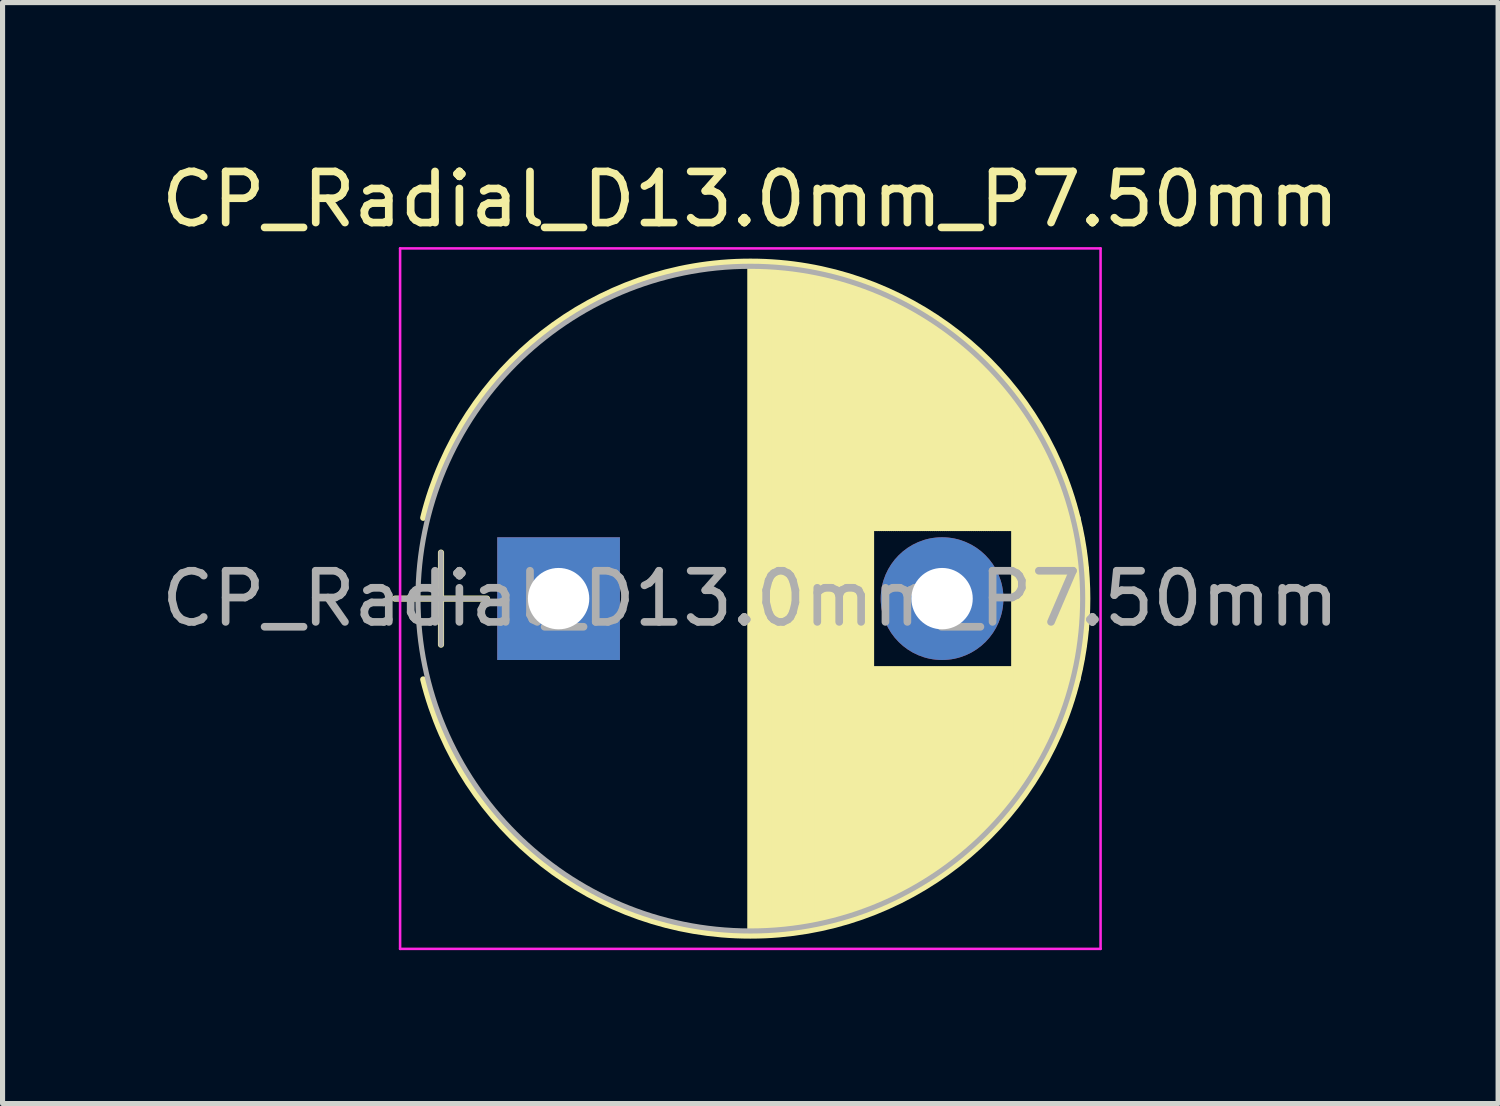
<source format=kicad_pcb>
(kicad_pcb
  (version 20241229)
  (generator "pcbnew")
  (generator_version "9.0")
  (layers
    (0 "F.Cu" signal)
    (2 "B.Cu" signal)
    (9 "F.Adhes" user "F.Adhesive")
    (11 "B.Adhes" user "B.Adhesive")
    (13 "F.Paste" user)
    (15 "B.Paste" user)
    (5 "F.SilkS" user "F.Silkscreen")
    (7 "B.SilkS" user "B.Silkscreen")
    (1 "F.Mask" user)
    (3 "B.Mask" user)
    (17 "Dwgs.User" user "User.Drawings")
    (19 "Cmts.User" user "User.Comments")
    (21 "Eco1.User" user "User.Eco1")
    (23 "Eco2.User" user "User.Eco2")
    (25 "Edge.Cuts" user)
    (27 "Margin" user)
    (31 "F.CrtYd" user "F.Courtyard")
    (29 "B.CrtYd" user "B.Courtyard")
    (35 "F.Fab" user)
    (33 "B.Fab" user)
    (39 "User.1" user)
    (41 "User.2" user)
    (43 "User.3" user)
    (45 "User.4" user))
  (footprint "CP_Radial_D13.0mm_P7.50mm"
    (layer "F.Cu")
    (at 7.875 8.658)
    (property "Reference" "CP_Radial_D13.0mm_P7.50mm" (at 3.75 -7.81 0) (layer "F.SilkS") (effects (font (size 1 1) (thickness 0.15))))
    (attr through_hole)
    (fp_line (start -3.2 0) (end -1.4 0) (stroke (width 0.12) (type solid)) (layer "F.SilkS"))
    (fp_line (start -2.3 -0.9) (end -2.3 0.9) (stroke (width 0.12) (type solid)) (layer "F.SilkS"))
    (fp_line (start 3.75 -6.55) (end 3.75 6.55) (stroke (width 0.12) (type solid)) (layer "F.SilkS"))
    (fp_line (start 3.79 -6.55) (end 3.79 6.55) (stroke (width 0.12) (type solid)) (layer "F.SilkS"))
    (fp_line (start 3.83 -6.55) (end 3.83 6.55) (stroke (width 0.12) (type solid)) (layer "F.SilkS"))
    (fp_line (start 3.87 -6.549) (end 3.87 6.549) (stroke (width 0.12) (type solid)) (layer "F.SilkS"))
    (fp_line (start 3.91 -6.549) (end 3.91 6.549) (stroke (width 0.12) (type solid)) (layer "F.SilkS"))
    (fp_line (start 3.95 -6.547) (end 3.95 6.547) (stroke (width 0.12) (type solid)) (layer "F.SilkS"))
    (fp_line (start 3.99 -6.546) (end 3.99 6.546) (stroke (width 0.12) (type solid)) (layer "F.SilkS"))
    (fp_line (start 4.03 -6.545) (end 4.03 6.545) (stroke (width 0.12) (type solid)) (layer "F.SilkS"))
    (fp_line (start 4.07 -6.543) (end 4.07 6.543) (stroke (width 0.12) (type solid)) (layer "F.SilkS"))
    (fp_line (start 4.11 -6.541) (end 4.11 6.541) (stroke (width 0.12) (type solid)) (layer "F.SilkS"))
    (fp_line (start 4.15 -6.538) (end 4.15 6.538) (stroke (width 0.12) (type solid)) (layer "F.SilkS"))
    (fp_line (start 4.19 -6.536) (end 4.19 6.536) (stroke (width 0.12) (type solid)) (layer "F.SilkS"))
    (fp_line (start 4.23 -6.533) (end 4.23 6.533) (stroke (width 0.12) (type solid)) (layer "F.SilkS"))
    (fp_line (start 4.27 -6.53) (end 4.27 6.53) (stroke (width 0.12) (type solid)) (layer "F.SilkS"))
    (fp_line (start 4.31 -6.527) (end 4.31 6.527) (stroke (width 0.12) (type solid)) (layer "F.SilkS"))
    (fp_line (start 4.35 -6.523) (end 4.35 6.523) (stroke (width 0.12) (type solid)) (layer "F.SilkS"))
    (fp_line (start 4.39 -6.519) (end 4.39 6.519) (stroke (width 0.12) (type solid)) (layer "F.SilkS"))
    (fp_line (start 4.43 -6.515) (end 4.43 6.515) (stroke (width 0.12) (type solid)) (layer "F.SilkS"))
    (fp_line (start 4.471 -6.511) (end 4.471 6.511) (stroke (width 0.12) (type solid)) (layer "F.SilkS"))
    (fp_line (start 4.511 -6.507) (end 4.511 6.507) (stroke (width 0.12) (type solid)) (layer "F.SilkS"))
    (fp_line (start 4.551 -6.502) (end 4.551 6.502) (stroke (width 0.12) (type solid)) (layer "F.SilkS"))
    (fp_line (start 4.591 -6.497) (end 4.591 6.497) (stroke (width 0.12) (type solid)) (layer "F.SilkS"))
    (fp_line (start 4.631 -6.491) (end 4.631 6.491) (stroke (width 0.12) (type solid)) (layer "F.SilkS"))
    (fp_line (start 4.671 -6.486) (end 4.671 6.486) (stroke (width 0.12) (type solid)) (layer "F.SilkS"))
    (fp_line (start 4.711 -6.48) (end 4.711 6.48) (stroke (width 0.12) (type solid)) (layer "F.SilkS"))
    (fp_line (start 4.751 -6.474) (end 4.751 6.474) (stroke (width 0.12) (type solid)) (layer "F.SilkS"))
    (fp_line (start 4.791 -6.468) (end 4.791 6.468) (stroke (width 0.12) (type solid)) (layer "F.SilkS"))
    (fp_line (start 4.831 -6.461) (end 4.831 6.461) (stroke (width 0.12) (type solid)) (layer "F.SilkS"))
    (fp_line (start 4.871 -6.455) (end 4.871 6.455) (stroke (width 0.12) (type solid)) (layer "F.SilkS"))
    (fp_line (start 4.911 -6.448) (end 4.911 6.448) (stroke (width 0.12) (type solid)) (layer "F.SilkS"))
    (fp_line (start 4.951 -6.44) (end 4.951 6.44) (stroke (width 0.12) (type solid)) (layer "F.SilkS"))
    (fp_line (start 4.991 -6.433) (end 4.991 6.433) (stroke (width 0.12) (type solid)) (layer "F.SilkS"))
    (fp_line (start 5.031 -6.425) (end 5.031 6.425) (stroke (width 0.12) (type solid)) (layer "F.SilkS"))
    (fp_line (start 5.071 -6.417) (end 5.071 6.417) (stroke (width 0.12) (type solid)) (layer "F.SilkS"))
    (fp_line (start 5.111 -6.409) (end 5.111 6.409) (stroke (width 0.12) (type solid)) (layer "F.SilkS"))
    (fp_line (start 5.151 -6.4) (end 5.151 6.4) (stroke (width 0.12) (type solid)) (layer "F.SilkS"))
    (fp_line (start 5.191 -6.391) (end 5.191 6.391) (stroke (width 0.12) (type solid)) (layer "F.SilkS"))
    (fp_line (start 5.231 -6.382) (end 5.231 6.382) (stroke (width 0.12) (type solid)) (layer "F.SilkS"))
    (fp_line (start 5.271 -6.373) (end 5.271 6.373) (stroke (width 0.12) (type solid)) (layer "F.SilkS"))
    (fp_line (start 5.311 -6.363) (end 5.311 6.363) (stroke (width 0.12) (type solid)) (layer "F.SilkS"))
    (fp_line (start 5.351 -6.353) (end 5.351 6.353) (stroke (width 0.12) (type solid)) (layer "F.SilkS"))
    (fp_line (start 5.391 -6.343) (end 5.391 6.343) (stroke (width 0.12) (type solid)) (layer "F.SilkS"))
    (fp_line (start 5.431 -6.333) (end 5.431 6.333) (stroke (width 0.12) (type solid)) (layer "F.SilkS"))
    (fp_line (start 5.471 -6.322) (end 5.471 6.322) (stroke (width 0.12) (type solid)) (layer "F.SilkS"))
    (fp_line (start 5.511 -6.311) (end 5.511 6.311) (stroke (width 0.12) (type solid)) (layer "F.SilkS"))
    (fp_line (start 5.551 -6.3) (end 5.551 6.3) (stroke (width 0.12) (type solid)) (layer "F.SilkS"))
    (fp_line (start 5.591 -6.288) (end 5.591 6.288) (stroke (width 0.12) (type solid)) (layer "F.SilkS"))
    (fp_line (start 5.631 -6.277) (end 5.631 6.277) (stroke (width 0.12) (type solid)) (layer "F.SilkS"))
    (fp_line (start 5.671 -6.265) (end 5.671 6.265) (stroke (width 0.12) (type solid)) (layer "F.SilkS"))
    (fp_line (start 5.711 -6.252) (end 5.711 6.252) (stroke (width 0.12) (type solid)) (layer "F.SilkS"))
    (fp_line (start 5.751 -6.24) (end 5.751 6.24) (stroke (width 0.12) (type solid)) (layer "F.SilkS"))
    (fp_line (start 5.791 -6.227) (end 5.791 6.227) (stroke (width 0.12) (type solid)) (layer "F.SilkS"))
    (fp_line (start 5.831 -6.214) (end 5.831 6.214) (stroke (width 0.12) (type solid)) (layer "F.SilkS"))
    (fp_line (start 5.871 -6.2) (end 5.871 6.2) (stroke (width 0.12) (type solid)) (layer "F.SilkS"))
    (fp_line (start 5.911 -6.186) (end 5.911 6.186) (stroke (width 0.12) (type solid)) (layer "F.SilkS"))
    (fp_line (start 5.951 -6.172) (end 5.951 6.172) (stroke (width 0.12) (type solid)) (layer "F.SilkS"))
    (fp_line (start 5.991 -6.158) (end 5.991 6.158) (stroke (width 0.12) (type solid)) (layer "F.SilkS"))
    (fp_line (start 6.031 -6.144) (end 6.031 6.144) (stroke (width 0.12) (type solid)) (layer "F.SilkS"))
    (fp_line (start 6.071 -6.129) (end 6.071 6.129) (stroke (width 0.12) (type solid)) (layer "F.SilkS"))
    (fp_line (start 6.111 -6.113) (end 6.111 6.113) (stroke (width 0.12) (type solid)) (layer "F.SilkS"))
    (fp_line (start 6.151 -6.098) (end 6.151 -1.38) (stroke (width 0.12) (type solid)) (layer "F.SilkS"))
    (fp_line (start 6.151 1.38) (end 6.151 6.098) (stroke (width 0.12) (type solid)) (layer "F.SilkS"))
    (fp_line (start 6.191 -6.082) (end 6.191 -1.38) (stroke (width 0.12) (type solid)) (layer "F.SilkS"))
    (fp_line (start 6.191 1.38) (end 6.191 6.082) (stroke (width 0.12) (type solid)) (layer "F.SilkS"))
    (fp_line (start 6.231 -6.066) (end 6.231 -1.38) (stroke (width 0.12) (type solid)) (layer "F.SilkS"))
    (fp_line (start 6.231 1.38) (end 6.231 6.066) (stroke (width 0.12) (type solid)) (layer "F.SilkS"))
    (fp_line (start 6.271 -6.05) (end 6.271 -1.38) (stroke (width 0.12) (type solid)) (layer "F.SilkS"))
    (fp_line (start 6.271 1.38) (end 6.271 6.05) (stroke (width 0.12) (type solid)) (layer "F.SilkS"))
    (fp_line (start 6.311 -6.033) (end 6.311 -1.38) (stroke (width 0.12) (type solid)) (layer "F.SilkS"))
    (fp_line (start 6.311 1.38) (end 6.311 6.033) (stroke (width 0.12) (type solid)) (layer "F.SilkS"))
    (fp_line (start 6.351 -6.016) (end 6.351 -1.38) (stroke (width 0.12) (type solid)) (layer "F.SilkS"))
    (fp_line (start 6.351 1.38) (end 6.351 6.016) (stroke (width 0.12) (type solid)) (layer "F.SilkS"))
    (fp_line (start 6.391 -5.999) (end 6.391 -1.38) (stroke (width 0.12) (type solid)) (layer "F.SilkS"))
    (fp_line (start 6.391 1.38) (end 6.391 5.999) (stroke (width 0.12) (type solid)) (layer "F.SilkS"))
    (fp_line (start 6.431 -5.981) (end 6.431 -1.38) (stroke (width 0.12) (type solid)) (layer "F.SilkS"))
    (fp_line (start 6.431 1.38) (end 6.431 5.981) (stroke (width 0.12) (type solid)) (layer "F.SilkS"))
    (fp_line (start 6.471 -5.963) (end 6.471 -1.38) (stroke (width 0.12) (type solid)) (layer "F.SilkS"))
    (fp_line (start 6.471 1.38) (end 6.471 5.963) (stroke (width 0.12) (type solid)) (layer "F.SilkS"))
    (fp_line (start 6.511 -5.945) (end 6.511 -1.38) (stroke (width 0.12) (type solid)) (layer "F.SilkS"))
    (fp_line (start 6.511 1.38) (end 6.511 5.945) (stroke (width 0.12) (type solid)) (layer "F.SilkS"))
    (fp_line (start 6.551 -5.926) (end 6.551 -1.38) (stroke (width 0.12) (type solid)) (layer "F.SilkS"))
    (fp_line (start 6.551 1.38) (end 6.551 5.926) (stroke (width 0.12) (type solid)) (layer "F.SilkS"))
    (fp_line (start 6.591 -5.907) (end 6.591 -1.38) (stroke (width 0.12) (type solid)) (layer "F.SilkS"))
    (fp_line (start 6.591 1.38) (end 6.591 5.907) (stroke (width 0.12) (type solid)) (layer "F.SilkS"))
    (fp_line (start 6.631 -5.888) (end 6.631 -1.38) (stroke (width 0.12) (type solid)) (layer "F.SilkS"))
    (fp_line (start 6.631 1.38) (end 6.631 5.888) (stroke (width 0.12) (type solid)) (layer "F.SilkS"))
    (fp_line (start 6.671 -5.868) (end 6.671 -1.38) (stroke (width 0.12) (type solid)) (layer "F.SilkS"))
    (fp_line (start 6.671 1.38) (end 6.671 5.868) (stroke (width 0.12) (type solid)) (layer "F.SilkS"))
    (fp_line (start 6.711 -5.848) (end 6.711 -1.38) (stroke (width 0.12) (type solid)) (layer "F.SilkS"))
    (fp_line (start 6.711 1.38) (end 6.711 5.848) (stroke (width 0.12) (type solid)) (layer "F.SilkS"))
    (fp_line (start 6.751 -5.828) (end 6.751 -1.38) (stroke (width 0.12) (type solid)) (layer "F.SilkS"))
    (fp_line (start 6.751 1.38) (end 6.751 5.828) (stroke (width 0.12) (type solid)) (layer "F.SilkS"))
    (fp_line (start 6.791 -5.807) (end 6.791 -1.38) (stroke (width 0.12) (type solid)) (layer "F.SilkS"))
    (fp_line (start 6.791 1.38) (end 6.791 5.807) (stroke (width 0.12) (type solid)) (layer "F.SilkS"))
    (fp_line (start 6.831 -5.786) (end 6.831 -1.38) (stroke (width 0.12) (type solid)) (layer "F.SilkS"))
    (fp_line (start 6.831 1.38) (end 6.831 5.786) (stroke (width 0.12) (type solid)) (layer "F.SilkS"))
    (fp_line (start 6.871 -5.765) (end 6.871 -1.38) (stroke (width 0.12) (type solid)) (layer "F.SilkS"))
    (fp_line (start 6.871 1.38) (end 6.871 5.765) (stroke (width 0.12) (type solid)) (layer "F.SilkS"))
    (fp_line (start 6.911 -5.743) (end 6.911 -1.38) (stroke (width 0.12) (type solid)) (layer "F.SilkS"))
    (fp_line (start 6.911 1.38) (end 6.911 5.743) (stroke (width 0.12) (type solid)) (layer "F.SilkS"))
    (fp_line (start 6.951 -5.721) (end 6.951 -1.38) (stroke (width 0.12) (type solid)) (layer "F.SilkS"))
    (fp_line (start 6.951 1.38) (end 6.951 5.721) (stroke (width 0.12) (type solid)) (layer "F.SilkS"))
    (fp_line (start 6.991 -5.699) (end 6.991 -1.38) (stroke (width 0.12) (type solid)) (layer "F.SilkS"))
    (fp_line (start 6.991 1.38) (end 6.991 5.699) (stroke (width 0.12) (type solid)) (layer "F.SilkS"))
    (fp_line (start 7.031 -5.676) (end 7.031 -1.38) (stroke (width 0.12) (type solid)) (layer "F.SilkS"))
    (fp_line (start 7.031 1.38) (end 7.031 5.676) (stroke (width 0.12) (type solid)) (layer "F.SilkS"))
    (fp_line (start 7.071 -5.653) (end 7.071 -1.38) (stroke (width 0.12) (type solid)) (layer "F.SilkS"))
    (fp_line (start 7.071 1.38) (end 7.071 5.653) (stroke (width 0.12) (type solid)) (layer "F.SilkS"))
    (fp_line (start 7.111 -5.63) (end 7.111 -1.38) (stroke (width 0.12) (type solid)) (layer "F.SilkS"))
    (fp_line (start 7.111 1.38) (end 7.111 5.63) (stroke (width 0.12) (type solid)) (layer "F.SilkS"))
    (fp_line (start 7.151 -5.606) (end 7.151 -1.38) (stroke (width 0.12) (type solid)) (layer "F.SilkS"))
    (fp_line (start 7.151 1.38) (end 7.151 5.606) (stroke (width 0.12) (type solid)) (layer "F.SilkS"))
    (fp_line (start 7.191 -5.581) (end 7.191 -1.38) (stroke (width 0.12) (type solid)) (layer "F.SilkS"))
    (fp_line (start 7.191 1.38) (end 7.191 5.581) (stroke (width 0.12) (type solid)) (layer "F.SilkS"))
    (fp_line (start 7.231 -5.557) (end 7.231 -1.38) (stroke (width 0.12) (type solid)) (layer "F.SilkS"))
    (fp_line (start 7.231 1.38) (end 7.231 5.557) (stroke (width 0.12) (type solid)) (layer "F.SilkS"))
    (fp_line (start 7.271 -5.532) (end 7.271 -1.38) (stroke (width 0.12) (type solid)) (layer "F.SilkS"))
    (fp_line (start 7.271 1.38) (end 7.271 5.532) (stroke (width 0.12) (type solid)) (layer "F.SilkS"))
    (fp_line (start 7.311 -5.506) (end 7.311 -1.38) (stroke (width 0.12) (type solid)) (layer "F.SilkS"))
    (fp_line (start 7.311 1.38) (end 7.311 5.506) (stroke (width 0.12) (type solid)) (layer "F.SilkS"))
    (fp_line (start 7.351 -5.48) (end 7.351 -1.38) (stroke (width 0.12) (type solid)) (layer "F.SilkS"))
    (fp_line (start 7.351 1.38) (end 7.351 5.48) (stroke (width 0.12) (type solid)) (layer "F.SilkS"))
    (fp_line (start 7.391 -5.454) (end 7.391 -1.38) (stroke (width 0.12) (type solid)) (layer "F.SilkS"))
    (fp_line (start 7.391 1.38) (end 7.391 5.454) (stroke (width 0.12) (type solid)) (layer "F.SilkS"))
    (fp_line (start 7.431 -5.427) (end 7.431 -1.38) (stroke (width 0.12) (type solid)) (layer "F.SilkS"))
    (fp_line (start 7.431 1.38) (end 7.431 5.427) (stroke (width 0.12) (type solid)) (layer "F.SilkS"))
    (fp_line (start 7.471 -5.4) (end 7.471 -1.38) (stroke (width 0.12) (type solid)) (layer "F.SilkS"))
    (fp_line (start 7.471 1.38) (end 7.471 5.4) (stroke (width 0.12) (type solid)) (layer "F.SilkS"))
    (fp_line (start 7.511 -5.373) (end 7.511 -1.38) (stroke (width 0.12) (type solid)) (layer "F.SilkS"))
    (fp_line (start 7.511 1.38) (end 7.511 5.373) (stroke (width 0.12) (type solid)) (layer "F.SilkS"))
    (fp_line (start 7.551 -5.345) (end 7.551 -1.38) (stroke (width 0.12) (type solid)) (layer "F.SilkS"))
    (fp_line (start 7.551 1.38) (end 7.551 5.345) (stroke (width 0.12) (type solid)) (layer "F.SilkS"))
    (fp_line (start 7.591 -5.316) (end 7.591 -1.38) (stroke (width 0.12) (type solid)) (layer "F.SilkS"))
    (fp_line (start 7.591 1.38) (end 7.591 5.316) (stroke (width 0.12) (type solid)) (layer "F.SilkS"))
    (fp_line (start 7.631 -5.287) (end 7.631 -1.38) (stroke (width 0.12) (type solid)) (layer "F.SilkS"))
    (fp_line (start 7.631 1.38) (end 7.631 5.287) (stroke (width 0.12) (type solid)) (layer "F.SilkS"))
    (fp_line (start 7.671 -5.258) (end 7.671 -1.38) (stroke (width 0.12) (type solid)) (layer "F.SilkS"))
    (fp_line (start 7.671 1.38) (end 7.671 5.258) (stroke (width 0.12) (type solid)) (layer "F.SilkS"))
    (fp_line (start 7.711 -5.228) (end 7.711 -1.38) (stroke (width 0.12) (type solid)) (layer "F.SilkS"))
    (fp_line (start 7.711 1.38) (end 7.711 5.228) (stroke (width 0.12) (type solid)) (layer "F.SilkS"))
    (fp_line (start 7.751 -5.198) (end 7.751 -1.38) (stroke (width 0.12) (type solid)) (layer "F.SilkS"))
    (fp_line (start 7.751 1.38) (end 7.751 5.198) (stroke (width 0.12) (type solid)) (layer "F.SilkS"))
    (fp_line (start 7.791 -5.167) (end 7.791 -1.38) (stroke (width 0.12) (type solid)) (layer "F.SilkS"))
    (fp_line (start 7.791 1.38) (end 7.791 5.167) (stroke (width 0.12) (type solid)) (layer "F.SilkS"))
    (fp_line (start 7.831 -5.136) (end 7.831 -1.38) (stroke (width 0.12) (type solid)) (layer "F.SilkS"))
    (fp_line (start 7.831 1.38) (end 7.831 5.136) (stroke (width 0.12) (type solid)) (layer "F.SilkS"))
    (fp_line (start 7.871 -5.104) (end 7.871 -1.38) (stroke (width 0.12) (type solid)) (layer "F.SilkS"))
    (fp_line (start 7.871 1.38) (end 7.871 5.104) (stroke (width 0.12) (type solid)) (layer "F.SilkS"))
    (fp_line (start 7.911 -5.072) (end 7.911 -1.38) (stroke (width 0.12) (type solid)) (layer "F.SilkS"))
    (fp_line (start 7.911 1.38) (end 7.911 5.072) (stroke (width 0.12) (type solid)) (layer "F.SilkS"))
    (fp_line (start 7.951 -5.039) (end 7.951 -1.38) (stroke (width 0.12) (type solid)) (layer "F.SilkS"))
    (fp_line (start 7.951 1.38) (end 7.951 5.039) (stroke (width 0.12) (type solid)) (layer "F.SilkS"))
    (fp_line (start 7.991 -5.005) (end 7.991 -1.38) (stroke (width 0.12) (type solid)) (layer "F.SilkS"))
    (fp_line (start 7.991 1.38) (end 7.991 5.005) (stroke (width 0.12) (type solid)) (layer "F.SilkS"))
    (fp_line (start 8.031 -4.971) (end 8.031 -1.38) (stroke (width 0.12) (type solid)) (layer "F.SilkS"))
    (fp_line (start 8.031 1.38) (end 8.031 4.971) (stroke (width 0.12) (type solid)) (layer "F.SilkS"))
    (fp_line (start 8.071 -4.937) (end 8.071 -1.38) (stroke (width 0.12) (type solid)) (layer "F.SilkS"))
    (fp_line (start 8.071 1.38) (end 8.071 4.937) (stroke (width 0.12) (type solid)) (layer "F.SilkS"))
    (fp_line (start 8.111 -4.902) (end 8.111 -1.38) (stroke (width 0.12) (type solid)) (layer "F.SilkS"))
    (fp_line (start 8.111 1.38) (end 8.111 4.902) (stroke (width 0.12) (type solid)) (layer "F.SilkS"))
    (fp_line (start 8.151 -4.866) (end 8.151 -1.38) (stroke (width 0.12) (type solid)) (layer "F.SilkS"))
    (fp_line (start 8.151 1.38) (end 8.151 4.866) (stroke (width 0.12) (type solid)) (layer "F.SilkS"))
    (fp_line (start 8.191 -4.83) (end 8.191 -1.38) (stroke (width 0.12) (type solid)) (layer "F.SilkS"))
    (fp_line (start 8.191 1.38) (end 8.191 4.83) (stroke (width 0.12) (type solid)) (layer "F.SilkS"))
    (fp_line (start 8.231 -4.793) (end 8.231 -1.38) (stroke (width 0.12) (type solid)) (layer "F.SilkS"))
    (fp_line (start 8.231 1.38) (end 8.231 4.793) (stroke (width 0.12) (type solid)) (layer "F.SilkS"))
    (fp_line (start 8.271 -4.756) (end 8.271 -1.38) (stroke (width 0.12) (type solid)) (layer "F.SilkS"))
    (fp_line (start 8.271 1.38) (end 8.271 4.756) (stroke (width 0.12) (type solid)) (layer "F.SilkS"))
    (fp_line (start 8.311 -4.718) (end 8.311 -1.38) (stroke (width 0.12) (type solid)) (layer "F.SilkS"))
    (fp_line (start 8.311 1.38) (end 8.311 4.718) (stroke (width 0.12) (type solid)) (layer "F.SilkS"))
    (fp_line (start 8.351 -4.679) (end 8.351 -1.38) (stroke (width 0.12) (type solid)) (layer "F.SilkS"))
    (fp_line (start 8.351 1.38) (end 8.351 4.679) (stroke (width 0.12) (type solid)) (layer "F.SilkS"))
    (fp_line (start 8.391 -4.64) (end 8.391 -1.38) (stroke (width 0.12) (type solid)) (layer "F.SilkS"))
    (fp_line (start 8.391 1.38) (end 8.391 4.64) (stroke (width 0.12) (type solid)) (layer "F.SilkS"))
    (fp_line (start 8.431 -4.6) (end 8.431 -1.38) (stroke (width 0.12) (type solid)) (layer "F.SilkS"))
    (fp_line (start 8.431 1.38) (end 8.431 4.6) (stroke (width 0.12) (type solid)) (layer "F.SilkS"))
    (fp_line (start 8.471 -4.559) (end 8.471 -1.38) (stroke (width 0.12) (type solid)) (layer "F.SilkS"))
    (fp_line (start 8.471 1.38) (end 8.471 4.559) (stroke (width 0.12) (type solid)) (layer "F.SilkS"))
    (fp_line (start 8.511 -4.518) (end 8.511 -1.38) (stroke (width 0.12) (type solid)) (layer "F.SilkS"))
    (fp_line (start 8.511 1.38) (end 8.511 4.518) (stroke (width 0.12) (type solid)) (layer "F.SilkS"))
    (fp_line (start 8.551 -4.476) (end 8.551 -1.38) (stroke (width 0.12) (type solid)) (layer "F.SilkS"))
    (fp_line (start 8.551 1.38) (end 8.551 4.476) (stroke (width 0.12) (type solid)) (layer "F.SilkS"))
    (fp_line (start 8.591 -4.433) (end 8.591 -1.38) (stroke (width 0.12) (type solid)) (layer "F.SilkS"))
    (fp_line (start 8.591 1.38) (end 8.591 4.433) (stroke (width 0.12) (type solid)) (layer "F.SilkS"))
    (fp_line (start 8.631 -4.389) (end 8.631 -1.38) (stroke (width 0.12) (type solid)) (layer "F.SilkS"))
    (fp_line (start 8.631 1.38) (end 8.631 4.389) (stroke (width 0.12) (type solid)) (layer "F.SilkS"))
    (fp_line (start 8.671 -4.345) (end 8.671 -1.38) (stroke (width 0.12) (type solid)) (layer "F.SilkS"))
    (fp_line (start 8.671 1.38) (end 8.671 4.345) (stroke (width 0.12) (type solid)) (layer "F.SilkS"))
    (fp_line (start 8.711 -4.299) (end 8.711 -1.38) (stroke (width 0.12) (type solid)) (layer "F.SilkS"))
    (fp_line (start 8.711 1.38) (end 8.711 4.299) (stroke (width 0.12) (type solid)) (layer "F.SilkS"))
    (fp_line (start 8.751 -4.253) (end 8.751 -1.38) (stroke (width 0.12) (type solid)) (layer "F.SilkS"))
    (fp_line (start 8.751 1.38) (end 8.751 4.253) (stroke (width 0.12) (type solid)) (layer "F.SilkS"))
    (fp_line (start 8.791 -4.206) (end 8.791 -1.38) (stroke (width 0.12) (type solid)) (layer "F.SilkS"))
    (fp_line (start 8.791 1.38) (end 8.791 4.206) (stroke (width 0.12) (type solid)) (layer "F.SilkS"))
    (fp_line (start 8.831 -4.158) (end 8.831 -1.38) (stroke (width 0.12) (type solid)) (layer "F.SilkS"))
    (fp_line (start 8.831 1.38) (end 8.831 4.158) (stroke (width 0.12) (type solid)) (layer "F.SilkS"))
    (fp_line (start 8.871 -4.109) (end 8.871 -1.38) (stroke (width 0.12) (type solid)) (layer "F.SilkS"))
    (fp_line (start 8.871 1.38) (end 8.871 4.109) (stroke (width 0.12) (type solid)) (layer "F.SilkS"))
    (fp_line (start 8.911 -4.06) (end 8.911 4.06) (stroke (width 0.12) (type solid)) (layer "F.SilkS"))
    (fp_line (start 8.951 -4.009) (end 8.951 4.009) (stroke (width 0.12) (type solid)) (layer "F.SilkS"))
    (fp_line (start 8.991 -3.957) (end 8.991 3.957) (stroke (width 0.12) (type solid)) (layer "F.SilkS"))
    (fp_line (start 9.031 -3.904) (end 9.031 3.904) (stroke (width 0.12) (type solid)) (layer "F.SilkS"))
    (fp_line (start 9.071 -3.85) (end 9.071 3.85) (stroke (width 0.12) (type solid)) (layer "F.SilkS"))
    (fp_line (start 9.111 -3.794) (end 9.111 3.794) (stroke (width 0.12) (type solid)) (layer "F.SilkS"))
    (fp_line (start 9.151 -3.738) (end 9.151 3.738) (stroke (width 0.12) (type solid)) (layer "F.SilkS"))
    (fp_line (start 9.191 -3.68) (end 9.191 3.68) (stroke (width 0.12) (type solid)) (layer "F.SilkS"))
    (fp_line (start 9.231 -3.621) (end 9.231 3.621) (stroke (width 0.12) (type solid)) (layer "F.SilkS"))
    (fp_line (start 9.271 -3.56) (end 9.271 3.56) (stroke (width 0.12) (type solid)) (layer "F.SilkS"))
    (fp_line (start 9.311 -3.498) (end 9.311 3.498) (stroke (width 0.12) (type solid)) (layer "F.SilkS"))
    (fp_line (start 9.351 -3.434) (end 9.351 3.434) (stroke (width 0.12) (type solid)) (layer "F.SilkS"))
    (fp_line (start 9.391 -3.369) (end 9.391 3.369) (stroke (width 0.12) (type solid)) (layer "F.SilkS"))
    (fp_line (start 9.431 -3.302) (end 9.431 3.302) (stroke (width 0.12) (type solid)) (layer "F.SilkS"))
    (fp_line (start 9.471 -3.233) (end 9.471 3.233) (stroke (width 0.12) (type solid)) (layer "F.SilkS"))
    (fp_line (start 9.511 -3.162) (end 9.511 3.162) (stroke (width 0.12) (type solid)) (layer "F.SilkS"))
    (fp_line (start 9.551 -3.089) (end 9.551 3.089) (stroke (width 0.12) (type solid)) (layer "F.SilkS"))
    (fp_line (start 9.591 -3.014) (end 9.591 3.014) (stroke (width 0.12) (type solid)) (layer "F.SilkS"))
    (fp_line (start 9.631 -2.936) (end 9.631 2.936) (stroke (width 0.12) (type solid)) (layer "F.SilkS"))
    (fp_line (start 9.671 -2.856) (end 9.671 2.856) (stroke (width 0.12) (type solid)) (layer "F.SilkS"))
    (fp_line (start 9.711 -2.772) (end 9.711 2.772) (stroke (width 0.12) (type solid)) (layer "F.SilkS"))
    (fp_line (start 9.751 -2.686) (end 9.751 2.686) (stroke (width 0.12) (type solid)) (layer "F.SilkS"))
    (fp_line (start 9.791 -2.596) (end 9.791 2.596) (stroke (width 0.12) (type solid)) (layer "F.SilkS"))
    (fp_line (start 9.831 -2.502) (end 9.831 2.502) (stroke (width 0.12) (type solid)) (layer "F.SilkS"))
    (fp_line (start 9.871 -2.405) (end 9.871 2.405) (stroke (width 0.12) (type solid)) (layer "F.SilkS"))
    (fp_line (start 9.911 -2.302) (end 9.911 2.302) (stroke (width 0.12) (type solid)) (layer "F.SilkS"))
    (fp_line (start 9.951 -2.194) (end 9.951 2.194) (stroke (width 0.12) (type solid)) (layer "F.SilkS"))
    (fp_line (start 9.991 -2.08) (end 9.991 2.08) (stroke (width 0.12) (type solid)) (layer "F.SilkS"))
    (fp_line (start 10.031 -1.958) (end 10.031 1.958) (stroke (width 0.12) (type solid)) (layer "F.SilkS"))
    (fp_line (start 10.071 -1.828) (end 10.071 1.828) (stroke (width 0.12) (type solid)) (layer "F.SilkS"))
    (fp_line (start 10.111 -1.686) (end 10.111 1.686) (stroke (width 0.12) (type solid)) (layer "F.SilkS"))
    (fp_line (start 10.151 -1.532) (end 10.151 1.532) (stroke (width 0.12) (type solid)) (layer "F.SilkS"))
    (fp_line (start 10.191 -1.359) (end 10.191 1.359) (stroke (width 0.12) (type solid)) (layer "F.SilkS"))
    (fp_line (start 10.231 -1.16) (end 10.231 1.16) (stroke (width 0.12) (type solid)) (layer "F.SilkS"))
    (fp_line (start 10.271 -0.918) (end 10.271 0.918) (stroke (width 0.12) (type solid)) (layer "F.SilkS"))
    (fp_line (start 10.311 -0.589) (end 10.311 0.589) (stroke (width 0.12) (type solid)) (layer "F.SilkS"))
    (fp_arc (start -2.647789 -1.58) (mid 3.752555 -6.59) (end 10.149012 -1.575039) (stroke (width 0.12) (type solid)) (layer "F.SilkS"))
    (fp_arc (start 10.147789 -1.58) (mid 10.34 -0.002555) (end 10.149012 1.575039) (stroke (width 0.12) (type solid)) (layer "F.SilkS"))
    (fp_arc (start 10.149012 1.575039) (mid 3.752555 6.59) (end -2.647789 1.58) (stroke (width 0.12) (type solid)) (layer "F.SilkS"))
    (fp_line (start -3.1 -6.85) (end -3.1 6.85) (stroke (width 0.05) (type solid)) (layer "F.CrtYd"))
    (fp_line (start -3.1 6.85) (end 10.6 6.85) (stroke (width 0.05) (type solid)) (layer "F.CrtYd"))
    (fp_line (start 10.6 -6.85) (end -3.1 -6.85) (stroke (width 0.05) (type solid)) (layer "F.CrtYd"))
    (fp_line (start 10.6 6.85) (end 10.6 -6.85) (stroke (width 0.05) (type solid)) (layer "F.CrtYd"))
    (fp_line (start -3.2 0) (end -1.4 0) (stroke (width 0.1) (type solid)) (layer "F.Fab"))
    (fp_line (start -2.3 -0.9) (end -2.3 0.9) (stroke (width 0.1) (type solid)) (layer "F.Fab"))
    (fp_circle (center 3.75 0) (end 10.25 0) (stroke (width 0.1) (type solid)) (fill no) (layer "F.Fab"))
    (fp_text user "${REFERENCE}" (at 3.75 0 0) (layer "F.Fab") (effects (font (size 1 1) (thickness 0.15))))
    (pad "1" thru_hole rect (at 0 0) (size 2.4 2.4) (drill 1.2) (layers "*.Cu" "*.Mask"))
    (pad "2" thru_hole circle (at 7.5 0) (size 2.4 2.4) (drill 1.2) (layers "*.Cu" "*.Mask")))
  (gr_rect
    (start -3 -3)
    (end 26.25 18.533)
    (stroke (width 0.1) (type default))
    (fill no)
    (layer "Edge.Cuts")))
</source>
